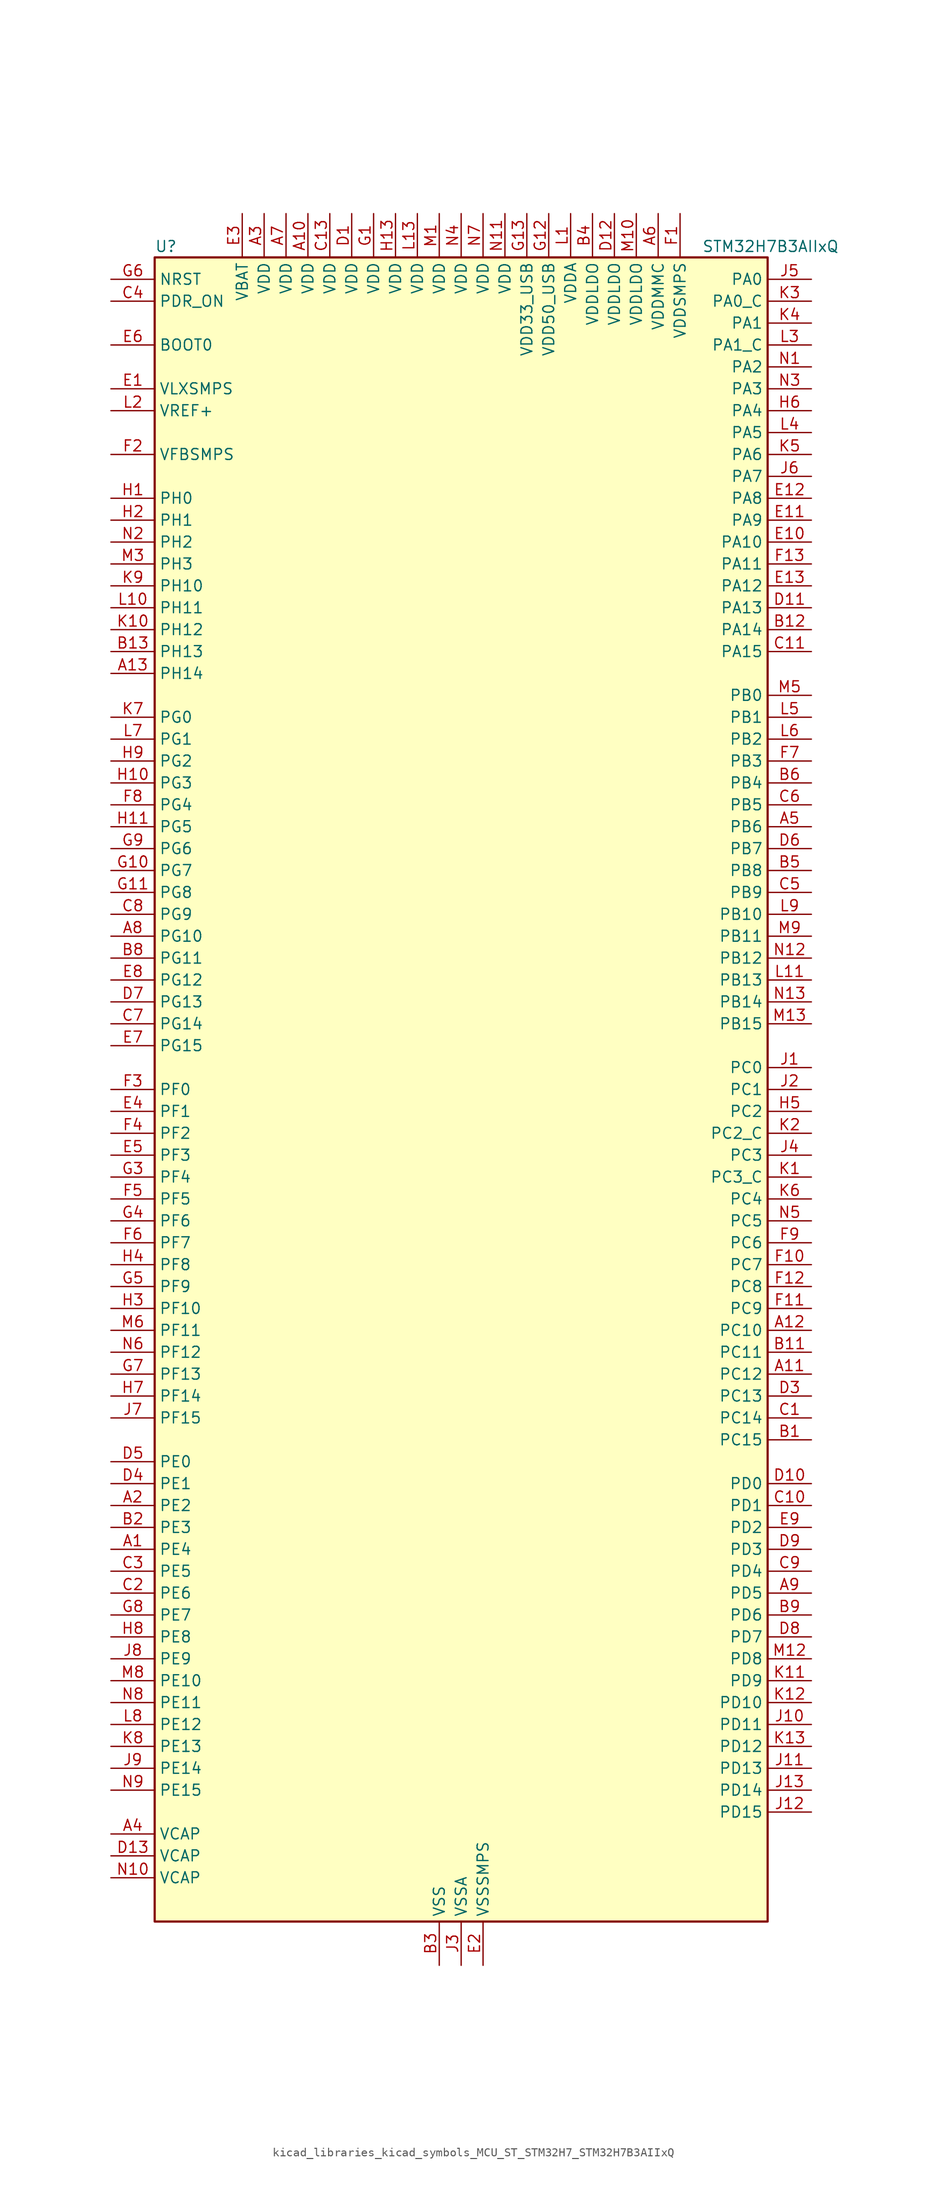
<source format=kicad_sym>
(kicad_symbol_lib
  (version 20220914)
  (generator kicad_symbol_editor)
  (symbol "kicad_libraries_kicad_symbols_MCU_ST_STM32H7_STM32H7B3AIIxQ"
    (property "Reference" "U"
      (at -35.56 97.79 0)
      (effects (font (size 1.27 1.27)) (justify left)))
    (property "Value" "STM32H7B3AIIxQ"
      (at 27.94 97.79 0)
      (effects (font (size 1.27 1.27)) (justify left)))
    (property "ki_locked" ""
      (at 0 0 0)
      (effects (font (size 1.27 1.27))))
    (symbol "kicad_libraries_kicad_symbols_MCU_ST_STM32H7_STM32H7B3AIIxQ_0_1"
      (rectangle (start -35.56 -96.52) (end 35.56 96.52) (stroke (width 0.254) (type default)) (fill (type background))))
    (symbol "kicad_libraries_kicad_symbols_MCU_ST_STM32H7_STM32H7B3AIIxQ_1_1"
      (pin bidirectional line (at -40.64 -53.34 0) (length 5.08) (name "PE4" (effects (font (size 1.27 1.27)))) (number "A1" (effects (font (size 1.27 1.27)))) (alternate "DCMI_D4" bidirectional line) (alternate "DEBUG_TRACED1" bidirectional line) (alternate "DFSDM1_DATIN3" bidirectional line) (alternate "FMC_A20" bidirectional line) (alternate "LTDC_B0" bidirectional line) (alternate "PSSI_D4" bidirectional line) (alternate "SAI1_D2" bidirectional line) (alternate "SAI1_FS_A" bidirectional line) (alternate "SPI4_NSS" bidirectional line) (alternate "TIM15_CH1N" bidirectional line))
      (pin power_in line (at -17.78 101.6 270) (length 5.08) (name "VDD" (effects (font (size 1.27 1.27)))) (number "A10" (effects (font (size 1.27 1.27)))))
      (pin bidirectional line (at 40.64 -33.02 180) (length 5.08) (name "PC12" (effects (font (size 1.27 1.27)))) (number "A11" (effects (font (size 1.27 1.27)))) (alternate "DCMI_D9" bidirectional line) (alternate "DEBUG_TRACED3" bidirectional line) (alternate "DFSDM2_CKOUT" bidirectional line) (alternate "I2S3_SDO" bidirectional line) (alternate "I2S6_CK" bidirectional line) (alternate "LTDC_R6" bidirectional line) (alternate "PSSI_D9" bidirectional line) (alternate "SDMMC1_CK" bidirectional line) (alternate "SPI3_MOSI" bidirectional line) (alternate "SPI6_SCK" bidirectional line) (alternate "TIM15_CH1" bidirectional line) (alternate "UART5_TX" bidirectional line) (alternate "USART3_CK" bidirectional line))
      (pin bidirectional line (at 40.64 -27.94 180) (length 5.08) (name "PC10" (effects (font (size 1.27 1.27)))) (number "A12" (effects (font (size 1.27 1.27)))) (alternate "DCMI_D8" bidirectional line) (alternate "DFSDM1_CKIN5" bidirectional line) (alternate "DFSDM2_CKIN0" bidirectional line) (alternate "I2S3_CK" bidirectional line) (alternate "LTDC_B1" bidirectional line) (alternate "LTDC_R2" bidirectional line) (alternate "OCTOSPIM_P1_IO1" bidirectional line) (alternate "PSSI_D8" bidirectional line) (alternate "SDMMC1_D2" bidirectional line) (alternate "SPI3_SCK" bidirectional line) (alternate "SWPMI1_RX" bidirectional line) (alternate "UART4_TX" bidirectional line) (alternate "USART3_TX" bidirectional line))
      (pin bidirectional line (at -40.64 48.26 0) (length 5.08) (name "PH14" (effects (font (size 1.27 1.27)))) (number "A13" (effects (font (size 1.27 1.27)))) (alternate "DCMI_D4" bidirectional line) (alternate "FDCAN1_RX" bidirectional line) (alternate "FMC_D22" bidirectional line) (alternate "LTDC_G3" bidirectional line) (alternate "PSSI_D4" bidirectional line) (alternate "TIM8_CH2N" bidirectional line) (alternate "UART4_RX" bidirectional line))
      (pin bidirectional line (at -40.64 -48.26 0) (length 5.08) (name "PE2" (effects (font (size 1.27 1.27)))) (number "A2" (effects (font (size 1.27 1.27)))) (alternate "DEBUG_TRACECLK" bidirectional line) (alternate "FMC_A23" bidirectional line) (alternate "OCTOSPIM_P1_IO2" bidirectional line) (alternate "SAI1_CK1" bidirectional line) (alternate "SAI1_MCLK_A" bidirectional line) (alternate "SPI4_SCK" bidirectional line) (alternate "USART10_RX" bidirectional line))
      (pin power_in line (at -22.86 101.6 270) (length 5.08) (name "VDD" (effects (font (size 1.27 1.27)))) (number "A3" (effects (font (size 1.27 1.27)))))
      (pin power_out line (at -40.64 -86.36 0) (length 5.08) (name "VCAP" (effects (font (size 1.27 1.27)))) (number "A4" (effects (font (size 1.27 1.27)))))
      (pin bidirectional line (at 40.64 30.48 180) (length 5.08) (name "PB6" (effects (font (size 1.27 1.27)))) (number "A5" (effects (font (size 1.27 1.27)))) (alternate "CEC" bidirectional line) (alternate "DCMI_D5" bidirectional line) (alternate "DFSDM1_DATIN5" bidirectional line) (alternate "FDCAN2_TX" bidirectional line) (alternate "FMC_SDNE1" bidirectional line) (alternate "I2C1_SCL" bidirectional line) (alternate "I2C4_SCL" bidirectional line) (alternate "LPUART1_TX" bidirectional line) (alternate "OCTOSPIM_P1_NCS" bidirectional line) (alternate "PSSI_D5" bidirectional line) (alternate "TIM16_CH1N" bidirectional line) (alternate "TIM4_CH1" bidirectional line) (alternate "UART5_TX" bidirectional line) (alternate "USART1_TX" bidirectional line))
      (pin power_in line (at 22.86 101.6 270) (length 5.08) (name "VDDMMC" (effects (font (size 1.27 1.27)))) (number "A6" (effects (font (size 1.27 1.27)))))
      (pin power_in line (at -20.32 101.6 270) (length 5.08) (name "VDD" (effects (font (size 1.27 1.27)))) (number "A7" (effects (font (size 1.27 1.27)))))
      (pin bidirectional line (at -40.64 17.78 0) (length 5.08) (name "PG10" (effects (font (size 1.27 1.27)))) (number "A8" (effects (font (size 1.27 1.27)))) (alternate "DCMI_D2" bidirectional line) (alternate "FMC_NE3" bidirectional line) (alternate "I2S1_WS" bidirectional line) (alternate "LTDC_B2" bidirectional line) (alternate "LTDC_G3" bidirectional line) (alternate "OCTOSPIM_P2_IO6" bidirectional line) (alternate "PSSI_D2" bidirectional line) (alternate "SAI2_SD_B" bidirectional line) (alternate "SDMMC2_D1" bidirectional line) (alternate "SPI1_NSS" bidirectional line))
      (pin bidirectional line (at 40.64 -58.42 180) (length 5.08) (name "PD5" (effects (font (size 1.27 1.27)))) (number "A9" (effects (font (size 1.27 1.27)))) (alternate "FMC_NWE" bidirectional line) (alternate "OCTOSPIM_P1_IO5" bidirectional line) (alternate "USART2_TX" bidirectional line))
      (pin bidirectional line (at 40.64 -40.64 180) (length 5.08) (name "PC15" (effects (font (size 1.27 1.27)))) (number "B1" (effects (font (size 1.27 1.27)))) (alternate "ADC1_EXTI15" bidirectional line) (alternate "ADC2_EXTI15" bidirectional line) (alternate "RCC_OSC32_OUT" bidirectional line))
      (pin passive line (at -2.54 -101.6 90) (length 5.08) hide (name "VSS" (effects (font (size 1.27 1.27)))) (number "B10" (effects (font (size 1.27 1.27)))))
      (pin bidirectional line (at 40.64 -30.48 180) (length 5.08) (name "PC11" (effects (font (size 1.27 1.27)))) (number "B11" (effects (font (size 1.27 1.27)))) (alternate "ADC1_EXTI11" bidirectional line) (alternate "ADC2_EXTI11" bidirectional line) (alternate "DCMI_D4" bidirectional line) (alternate "DFSDM1_DATIN5" bidirectional line) (alternate "DFSDM2_DATIN0" bidirectional line) (alternate "I2S3_SDI" bidirectional line) (alternate "LTDC_B4" bidirectional line) (alternate "OCTOSPIM_P1_NCS" bidirectional line) (alternate "PSSI_D4" bidirectional line) (alternate "SDMMC1_D3" bidirectional line) (alternate "SPI3_MISO" bidirectional line) (alternate "UART4_RX" bidirectional line) (alternate "USART3_RX" bidirectional line))
      (pin bidirectional line (at 40.64 53.34 180) (length 5.08) (name "PA14" (effects (font (size 1.27 1.27)))) (number "B12" (effects (font (size 1.27 1.27)))) (alternate "DEBUG_JTCK-SWCLK" bidirectional line))
      (pin bidirectional line (at -40.64 50.8 0) (length 5.08) (name "PH13" (effects (font (size 1.27 1.27)))) (number "B13" (effects (font (size 1.27 1.27)))) (alternate "FDCAN1_TX" bidirectional line) (alternate "FMC_D21" bidirectional line) (alternate "LTDC_G2" bidirectional line) (alternate "TIM8_CH1N" bidirectional line) (alternate "UART4_TX" bidirectional line))
      (pin bidirectional line (at -40.64 -50.8 0) (length 5.08) (name "PE3" (effects (font (size 1.27 1.27)))) (number "B2" (effects (font (size 1.27 1.27)))) (alternate "DEBUG_TRACED0" bidirectional line) (alternate "FMC_A19" bidirectional line) (alternate "SAI1_SD_B" bidirectional line) (alternate "TIM15_BKIN" bidirectional line) (alternate "USART10_TX" bidirectional line))
      (pin power_in line (at -2.54 -101.6 90) (length 5.08) (name "VSS" (effects (font (size 1.27 1.27)))) (number "B3" (effects (font (size 1.27 1.27)))))
      (pin power_in line (at 15.24 101.6 270) (length 5.08) (name "VDDLDO" (effects (font (size 1.27 1.27)))) (number "B4" (effects (font (size 1.27 1.27)))))
      (pin bidirectional line (at 40.64 25.4 180) (length 5.08) (name "PB8" (effects (font (size 1.27 1.27)))) (number "B5" (effects (font (size 1.27 1.27)))) (alternate "DCMI_D6" bidirectional line) (alternate "DFSDM1_CKIN7" bidirectional line) (alternate "FDCAN1_RX" bidirectional line) (alternate "I2C1_SCL" bidirectional line) (alternate "I2C4_SCL" bidirectional line) (alternate "LTDC_B6" bidirectional line) (alternate "PSSI_D6" bidirectional line) (alternate "SDMMC1_CKIN" bidirectional line) (alternate "SDMMC1_D4" bidirectional line) (alternate "SDMMC2_D4" bidirectional line) (alternate "TIM16_CH1" bidirectional line) (alternate "TIM4_CH3" bidirectional line) (alternate "UART4_RX" bidirectional line))
      (pin bidirectional line (at 40.64 35.56 180) (length 5.08) (name "PB4" (effects (font (size 1.27 1.27)))) (number "B6" (effects (font (size 1.27 1.27)))) (alternate "DEBUG_JTRST" bidirectional line) (alternate "I2S1_SDI" bidirectional line) (alternate "I2S2_WS" bidirectional line) (alternate "I2S3_SDI" bidirectional line) (alternate "I2S6_SDI" bidirectional line) (alternate "SDMMC2_D3" bidirectional line) (alternate "SPI1_MISO" bidirectional line) (alternate "SPI2_NSS" bidirectional line) (alternate "SPI3_MISO" bidirectional line) (alternate "SPI6_MISO" bidirectional line) (alternate "TIM16_BKIN" bidirectional line) (alternate "TIM3_CH1" bidirectional line) (alternate "UART7_TX" bidirectional line))
      (pin passive line (at -2.54 -101.6 90) (length 5.08) hide (name "VSS" (effects (font (size 1.27 1.27)))) (number "B7" (effects (font (size 1.27 1.27)))))
      (pin bidirectional line (at -40.64 15.24 0) (length 5.08) (name "PG11" (effects (font (size 1.27 1.27)))) (number "B8" (effects (font (size 1.27 1.27)))) (alternate "ADC1_EXTI11" bidirectional line) (alternate "ADC2_EXTI11" bidirectional line) (alternate "DCMI_D3" bidirectional line) (alternate "I2S1_CK" bidirectional line) (alternate "LPTIM1_IN2" bidirectional line) (alternate "LTDC_B3" bidirectional line) (alternate "OCTOSPIM_P2_IO7" bidirectional line) (alternate "PSSI_D3" bidirectional line) (alternate "SDMMC2_D2" bidirectional line) (alternate "SPDIFRX_IN0" bidirectional line) (alternate "SPI1_SCK" bidirectional line) (alternate "USART10_RX" bidirectional line))
      (pin bidirectional line (at 40.64 -60.96 180) (length 5.08) (name "PD6" (effects (font (size 1.27 1.27)))) (number "B9" (effects (font (size 1.27 1.27)))) (alternate "DCMI_D10" bidirectional line) (alternate "DFSDM1_CKIN4" bidirectional line) (alternate "DFSDM1_DATIN1" bidirectional line) (alternate "FMC_NWAIT" bidirectional line) (alternate "I2S3_SDO" bidirectional line) (alternate "LTDC_B2" bidirectional line) (alternate "OCTOSPIM_P1_IO6" bidirectional line) (alternate "PSSI_D10" bidirectional line) (alternate "SAI1_D1" bidirectional line) (alternate "SAI1_SD_A" bidirectional line) (alternate "SDMMC2_CK" bidirectional line) (alternate "SPI3_MOSI" bidirectional line) (alternate "USART2_RX" bidirectional line))
      (pin bidirectional line (at 40.64 -38.1 180) (length 5.08) (name "PC14" (effects (font (size 1.27 1.27)))) (number "C1" (effects (font (size 1.27 1.27)))) (alternate "RCC_OSC32_IN" bidirectional line))
      (pin bidirectional line (at 40.64 -48.26 180) (length 5.08) (name "PD1" (effects (font (size 1.27 1.27)))) (number "C10" (effects (font (size 1.27 1.27)))) (alternate "DFSDM1_DATIN6" bidirectional line) (alternate "FDCAN1_TX" bidirectional line) (alternate "FMC_D3" bidirectional line) (alternate "FMC_DA3" bidirectional line) (alternate "UART4_TX" bidirectional line))
      (pin bidirectional line (at 40.64 50.8 180) (length 5.08) (name "PA15" (effects (font (size 1.27 1.27)))) (number "C11" (effects (font (size 1.27 1.27)))) (alternate "ADC1_EXTI15" bidirectional line) (alternate "ADC2_EXTI15" bidirectional line) (alternate "CEC" bidirectional line) (alternate "DEBUG_JTDI" bidirectional line) (alternate "I2S1_WS" bidirectional line) (alternate "I2S3_WS" bidirectional line) (alternate "I2S6_WS" bidirectional line) (alternate "LTDC_B6" bidirectional line) (alternate "LTDC_R3" bidirectional line) (alternate "SPI1_NSS" bidirectional line) (alternate "SPI3_NSS" bidirectional line) (alternate "SPI6_NSS" bidirectional line) (alternate "TIM2_CH1" bidirectional line) (alternate "TIM2_ETR" bidirectional line) (alternate "UART4_DE" bidirectional line) (alternate "UART4_RTS" bidirectional line) (alternate "UART7_TX" bidirectional line))
      (pin passive line (at -2.54 -101.6 90) (length 5.08) hide (name "VSS" (effects (font (size 1.27 1.27)))) (number "C12" (effects (font (size 1.27 1.27)))))
      (pin power_in line (at -15.24 101.6 270) (length 5.08) (name "VDD" (effects (font (size 1.27 1.27)))) (number "C13" (effects (font (size 1.27 1.27)))))
      (pin bidirectional line (at -40.64 -58.42 0) (length 5.08) (name "PE6" (effects (font (size 1.27 1.27)))) (number "C2" (effects (font (size 1.27 1.27)))) (alternate "DCMI_D7" bidirectional line) (alternate "DEBUG_TRACED3" bidirectional line) (alternate "FMC_A22" bidirectional line) (alternate "LTDC_G1" bidirectional line) (alternate "PSSI_D7" bidirectional line) (alternate "SAI1_D1" bidirectional line) (alternate "SAI1_SD_A" bidirectional line) (alternate "SAI2_MCLK_B" bidirectional line) (alternate "SPI4_MOSI" bidirectional line) (alternate "TIM15_CH2" bidirectional line) (alternate "TIM1_BKIN2" bidirectional line) (alternate "TIM1_BKIN2_COMP1" bidirectional line) (alternate "TIM1_BKIN2_COMP2" bidirectional line))
      (pin bidirectional line (at -40.64 -55.88 0) (length 5.08) (name "PE5" (effects (font (size 1.27 1.27)))) (number "C3" (effects (font (size 1.27 1.27)))) (alternate "DCMI_D6" bidirectional line) (alternate "DEBUG_TRACED2" bidirectional line) (alternate "DFSDM1_CKIN3" bidirectional line) (alternate "FMC_A21" bidirectional line) (alternate "LTDC_G0" bidirectional line) (alternate "PSSI_D6" bidirectional line) (alternate "SAI1_CK2" bidirectional line) (alternate "SAI1_SCK_A" bidirectional line) (alternate "SPI4_MISO" bidirectional line) (alternate "TIM15_CH1" bidirectional line))
      (pin input line (at -40.64 91.44 0) (length 5.08) (name "PDR_ON" (effects (font (size 1.27 1.27)))) (number "C4" (effects (font (size 1.27 1.27)))))
      (pin bidirectional line (at 40.64 22.86 180) (length 5.08) (name "PB9" (effects (font (size 1.27 1.27)))) (number "C5" (effects (font (size 1.27 1.27)))) (alternate "DAC1_EXTI9" bidirectional line) (alternate "DCMI_D7" bidirectional line) (alternate "DFSDM1_DATIN7" bidirectional line) (alternate "FDCAN1_TX" bidirectional line) (alternate "I2C1_SDA" bidirectional line) (alternate "I2C4_SDA" bidirectional line) (alternate "I2C4_SMBA" bidirectional line) (alternate "I2S2_WS" bidirectional line) (alternate "LTDC_B7" bidirectional line) (alternate "PSSI_D7" bidirectional line) (alternate "SDMMC1_CDIR" bidirectional line) (alternate "SDMMC1_D5" bidirectional line) (alternate "SDMMC2_D5" bidirectional line) (alternate "SPI2_NSS" bidirectional line) (alternate "TIM17_CH1" bidirectional line) (alternate "TIM4_CH4" bidirectional line) (alternate "UART4_TX" bidirectional line))
      (pin bidirectional line (at 40.64 33.02 180) (length 5.08) (name "PB5" (effects (font (size 1.27 1.27)))) (number "C6" (effects (font (size 1.27 1.27)))) (alternate "DCMI_D10" bidirectional line) (alternate "FDCAN2_RX" bidirectional line) (alternate "FMC_SDCKE1" bidirectional line) (alternate "I2C1_SMBA" bidirectional line) (alternate "I2C4_SMBA" bidirectional line) (alternate "I2S1_SDO" bidirectional line) (alternate "I2S3_SDO" bidirectional line) (alternate "I2S6_SDO" bidirectional line) (alternate "LTDC_B5" bidirectional line) (alternate "PSSI_D10" bidirectional line) (alternate "SPI1_MOSI" bidirectional line) (alternate "SPI3_MOSI" bidirectional line) (alternate "SPI6_MOSI" bidirectional line) (alternate "TIM17_BKIN" bidirectional line) (alternate "TIM3_CH2" bidirectional line) (alternate "UART5_RX" bidirectional line) (alternate "USB_OTG_HS_ULPI_D7" bidirectional line))
      (pin bidirectional line (at -40.64 7.62 0) (length 5.08) (name "PG14" (effects (font (size 1.27 1.27)))) (number "C7" (effects (font (size 1.27 1.27)))) (alternate "DEBUG_TRACED1" bidirectional line) (alternate "FMC_A25" bidirectional line) (alternate "I2S6_SDO" bidirectional line) (alternate "LPTIM1_ETR" bidirectional line) (alternate "LTDC_B0" bidirectional line) (alternate "OCTOSPIM_P1_IO7" bidirectional line) (alternate "SDMMC2_D7" bidirectional line) (alternate "SPI6_MOSI" bidirectional line) (alternate "USART10_DE" bidirectional line) (alternate "USART10_RTS" bidirectional line) (alternate "USART6_TX" bidirectional line))
      (pin bidirectional line (at -40.64 20.32 0) (length 5.08) (name "PG9" (effects (font (size 1.27 1.27)))) (number "C8" (effects (font (size 1.27 1.27)))) (alternate "DAC1_EXTI9" bidirectional line) (alternate "DCMI_VSYNC" bidirectional line) (alternate "FMC_NCE" bidirectional line) (alternate "FMC_NE2" bidirectional line) (alternate "I2S1_SDI" bidirectional line) (alternate "OCTOSPIM_P1_IO6" bidirectional line) (alternate "PSSI_RDY" bidirectional line) (alternate "SAI2_FS_B" bidirectional line) (alternate "SDMMC2_D0" bidirectional line) (alternate "SPDIFRX_IN3" bidirectional line) (alternate "SPI1_MISO" bidirectional line) (alternate "USART6_RX" bidirectional line))
      (pin bidirectional line (at 40.64 -55.88 180) (length 5.08) (name "PD4" (effects (font (size 1.27 1.27)))) (number "C9" (effects (font (size 1.27 1.27)))) (alternate "FMC_NOE" bidirectional line) (alternate "OCTOSPIM_P1_IO4" bidirectional line) (alternate "USART2_DE" bidirectional line) (alternate "USART2_RTS" bidirectional line))
      (pin power_in line (at -12.7 101.6 270) (length 5.08) (name "VDD" (effects (font (size 1.27 1.27)))) (number "D1" (effects (font (size 1.27 1.27)))))
      (pin bidirectional line (at 40.64 -45.72 180) (length 5.08) (name "PD0" (effects (font (size 1.27 1.27)))) (number "D10" (effects (font (size 1.27 1.27)))) (alternate "DFSDM1_CKIN6" bidirectional line) (alternate "FDCAN1_RX" bidirectional line) (alternate "FMC_D2" bidirectional line) (alternate "FMC_DA2" bidirectional line) (alternate "LTDC_B1" bidirectional line) (alternate "UART4_RX" bidirectional line) (alternate "UART9_CTS" bidirectional line))
      (pin bidirectional line (at 40.64 55.88 180) (length 5.08) (name "PA13" (effects (font (size 1.27 1.27)))) (number "D11" (effects (font (size 1.27 1.27)))) (alternate "DEBUG_JTMS-SWDIO" bidirectional line))
      (pin power_in line (at 17.78 101.6 270) (length 5.08) (name "VDDLDO" (effects (font (size 1.27 1.27)))) (number "D12" (effects (font (size 1.27 1.27)))))
      (pin power_out line (at -40.64 -88.9 0) (length 5.08) (name "VCAP" (effects (font (size 1.27 1.27)))) (number "D13" (effects (font (size 1.27 1.27)))))
      (pin passive line (at -2.54 -101.6 90) (length 5.08) hide (name "VSS" (effects (font (size 1.27 1.27)))) (number "D2" (effects (font (size 1.27 1.27)))))
      (pin bidirectional line (at 40.64 -35.56 180) (length 5.08) (name "PC13" (effects (font (size 1.27 1.27)))) (number "D3" (effects (font (size 1.27 1.27)))) (alternate "PWR_WKUP4" bidirectional line) (alternate "RTC_OUT_ALARM" bidirectional line) (alternate "RTC_OUT_CALIB" bidirectional line) (alternate "RTC_TAMP1" bidirectional line) (alternate "RTC_TS" bidirectional line))
      (pin bidirectional line (at -40.64 -45.72 0) (length 5.08) (name "PE1" (effects (font (size 1.27 1.27)))) (number "D4" (effects (font (size 1.27 1.27)))) (alternate "DCMI_D3" bidirectional line) (alternate "FMC_NBL1" bidirectional line) (alternate "LPTIM1_IN2" bidirectional line) (alternate "LTDC_R6" bidirectional line) (alternate "PSSI_D3" bidirectional line) (alternate "UART8_TX" bidirectional line))
      (pin bidirectional line (at -40.64 -43.18 0) (length 5.08) (name "PE0" (effects (font (size 1.27 1.27)))) (number "D5" (effects (font (size 1.27 1.27)))) (alternate "DCMI_D2" bidirectional line) (alternate "FMC_NBL0" bidirectional line) (alternate "LPTIM1_ETR" bidirectional line) (alternate "LPTIM2_ETR" bidirectional line) (alternate "LTDC_R0" bidirectional line) (alternate "PSSI_D2" bidirectional line) (alternate "SAI2_MCLK_A" bidirectional line) (alternate "TIM4_ETR" bidirectional line) (alternate "UART8_RX" bidirectional line))
      (pin bidirectional line (at 40.64 27.94 180) (length 5.08) (name "PB7" (effects (font (size 1.27 1.27)))) (number "D6" (effects (font (size 1.27 1.27)))) (alternate "DCMI_VSYNC" bidirectional line) (alternate "DFSDM1_CKIN5" bidirectional line) (alternate "FMC_NL" bidirectional line) (alternate "I2C1_SDA" bidirectional line) (alternate "I2C4_SDA" bidirectional line) (alternate "LPUART1_RX" bidirectional line) (alternate "PSSI_RDY" bidirectional line) (alternate "PWR_PVD_IN" bidirectional line) (alternate "TIM17_CH1N" bidirectional line) (alternate "TIM4_CH2" bidirectional line) (alternate "USART1_RX" bidirectional line))
      (pin bidirectional line (at -40.64 10.16 0) (length 5.08) (name "PG13" (effects (font (size 1.27 1.27)))) (number "D7" (effects (font (size 1.27 1.27)))) (alternate "DEBUG_TRACED0" bidirectional line) (alternate "FMC_A24" bidirectional line) (alternate "I2S6_CK" bidirectional line) (alternate "LPTIM1_OUT" bidirectional line) (alternate "LTDC_R0" bidirectional line) (alternate "SDMMC2_D6" bidirectional line) (alternate "SPI6_SCK" bidirectional line) (alternate "USART10_CTS" bidirectional line) (alternate "USART10_NSS" bidirectional line) (alternate "USART6_CTS" bidirectional line) (alternate "USART6_NSS" bidirectional line))
      (pin bidirectional line (at 40.64 -63.5 180) (length 5.08) (name "PD7" (effects (font (size 1.27 1.27)))) (number "D8" (effects (font (size 1.27 1.27)))) (alternate "DFSDM1_CKIN1" bidirectional line) (alternate "DFSDM1_DATIN4" bidirectional line) (alternate "FMC_NE1" bidirectional line) (alternate "I2S1_SDO" bidirectional line) (alternate "OCTOSPIM_P1_IO7" bidirectional line) (alternate "SDMMC2_CMD" bidirectional line) (alternate "SPDIFRX_IN0" bidirectional line) (alternate "SPI1_MOSI" bidirectional line) (alternate "USART2_CK" bidirectional line))
      (pin bidirectional line (at 40.64 -53.34 180) (length 5.08) (name "PD3" (effects (font (size 1.27 1.27)))) (number "D9" (effects (font (size 1.27 1.27)))) (alternate "DCMI_D5" bidirectional line) (alternate "DFSDM1_CKOUT" bidirectional line) (alternate "FMC_CLK" bidirectional line) (alternate "I2S2_CK" bidirectional line) (alternate "LTDC_G7" bidirectional line) (alternate "PSSI_D5" bidirectional line) (alternate "SPI2_SCK" bidirectional line) (alternate "USART2_CTS" bidirectional line) (alternate "USART2_NSS" bidirectional line))
      (pin power_in line (at -40.64 81.28 0) (length 5.08) (name "VLXSMPS" (effects (font (size 1.27 1.27)))) (number "E1" (effects (font (size 1.27 1.27)))))
      (pin bidirectional line (at 40.64 63.5 180) (length 5.08) (name "PA10" (effects (font (size 1.27 1.27)))) (number "E10" (effects (font (size 1.27 1.27)))) (alternate "DCMI_D1" bidirectional line) (alternate "LPUART1_RX" bidirectional line) (alternate "LTDC_B1" bidirectional line) (alternate "LTDC_B4" bidirectional line) (alternate "MDIOS_MDIO" bidirectional line) (alternate "PSSI_D1" bidirectional line) (alternate "TIM1_CH3" bidirectional line) (alternate "USART1_RX" bidirectional line) (alternate "USB_OTG_HS_ID" bidirectional line))
      (pin bidirectional line (at 40.64 66.04 180) (length 5.08) (name "PA9" (effects (font (size 1.27 1.27)))) (number "E11" (effects (font (size 1.27 1.27)))) (alternate "DAC1_EXTI9" bidirectional line) (alternate "DCMI_D0" bidirectional line) (alternate "I2C3_SMBA" bidirectional line) (alternate "I2S2_CK" bidirectional line) (alternate "LPUART1_TX" bidirectional line) (alternate "LTDC_R5" bidirectional line) (alternate "PSSI_D0" bidirectional line) (alternate "SPI2_SCK" bidirectional line) (alternate "TIM1_CH2" bidirectional line) (alternate "USART1_TX" bidirectional line) (alternate "USB_OTG_HS_VBUS" bidirectional line))
      (pin bidirectional line (at 40.64 68.58 180) (length 5.08) (name "PA8" (effects (font (size 1.27 1.27)))) (number "E12" (effects (font (size 1.27 1.27)))) (alternate "I2C3_SCL" bidirectional line) (alternate "LTDC_B3" bidirectional line) (alternate "LTDC_R6" bidirectional line) (alternate "RCC_MCO_1" bidirectional line) (alternate "TIM1_CH1" bidirectional line) (alternate "TIM8_BKIN2" bidirectional line) (alternate "TIM8_BKIN2_COMP1" bidirectional line) (alternate "TIM8_BKIN2_COMP2" bidirectional line) (alternate "UART7_RX" bidirectional line) (alternate "USART1_CK" bidirectional line) (alternate "USB_OTG_HS_SOF" bidirectional line))
      (pin bidirectional line (at 40.64 58.42 180) (length 5.08) (name "PA12" (effects (font (size 1.27 1.27)))) (number "E13" (effects (font (size 1.27 1.27)))) (alternate "FDCAN1_TX" bidirectional line) (alternate "I2S2_CK" bidirectional line) (alternate "LPUART1_DE" bidirectional line) (alternate "LPUART1_RTS" bidirectional line) (alternate "LTDC_R5" bidirectional line) (alternate "SAI2_FS_B" bidirectional line) (alternate "SPI2_SCK" bidirectional line) (alternate "TIM1_ETR" bidirectional line) (alternate "UART4_TX" bidirectional line) (alternate "USART1_DE" bidirectional line) (alternate "USART1_RTS" bidirectional line) (alternate "USB_OTG_HS_DP" bidirectional line))
      (pin power_in line (at 2.54 -101.6 90) (length 5.08) (name "VSSSMPS" (effects (font (size 1.27 1.27)))) (number "E2" (effects (font (size 1.27 1.27)))))
      (pin power_in line (at -25.4 101.6 270) (length 5.08) (name "VBAT" (effects (font (size 1.27 1.27)))) (number "E3" (effects (font (size 1.27 1.27)))))
      (pin bidirectional line (at -40.64 -2.54 0) (length 5.08) (name "PF1" (effects (font (size 1.27 1.27)))) (number "E4" (effects (font (size 1.27 1.27)))) (alternate "FMC_A1" bidirectional line) (alternate "I2C2_SCL" bidirectional line) (alternate "OCTOSPIM_P2_IO1" bidirectional line))
      (pin bidirectional line (at -40.64 -7.62 0) (length 5.08) (name "PF3" (effects (font (size 1.27 1.27)))) (number "E5" (effects (font (size 1.27 1.27)))) (alternate "FMC_A3" bidirectional line) (alternate "OCTOSPIM_P2_IO3" bidirectional line))
      (pin input line (at -40.64 86.36 0) (length 5.08) (name "BOOT0" (effects (font (size 1.27 1.27)))) (number "E6" (effects (font (size 1.27 1.27)))))
      (pin bidirectional line (at -40.64 5.08 0) (length 5.08) (name "PG15" (effects (font (size 1.27 1.27)))) (number "E7" (effects (font (size 1.27 1.27)))) (alternate "ADC1_EXTI15" bidirectional line) (alternate "ADC2_EXTI15" bidirectional line) (alternate "DCMI_D13" bidirectional line) (alternate "FMC_SDNCAS" bidirectional line) (alternate "OCTOSPIM_P2_DQS" bidirectional line) (alternate "PSSI_D13" bidirectional line) (alternate "USART10_CK" bidirectional line) (alternate "USART6_CTS" bidirectional line) (alternate "USART6_NSS" bidirectional line))
      (pin bidirectional line (at -40.64 12.7 0) (length 5.08) (name "PG12" (effects (font (size 1.27 1.27)))) (number "E8" (effects (font (size 1.27 1.27)))) (alternate "FMC_NE4" bidirectional line) (alternate "I2S6_SDI" bidirectional line) (alternate "LPTIM1_IN1" bidirectional line) (alternate "LTDC_B1" bidirectional line) (alternate "LTDC_B4" bidirectional line) (alternate "OCTOSPIM_P2_NCS" bidirectional line) (alternate "SDMMC2_D3" bidirectional line) (alternate "SPDIFRX_IN1" bidirectional line) (alternate "SPI6_MISO" bidirectional line) (alternate "USART10_TX" bidirectional line) (alternate "USART6_DE" bidirectional line) (alternate "USART6_RTS" bidirectional line))
      (pin bidirectional line (at 40.64 -50.8 180) (length 5.08) (name "PD2" (effects (font (size 1.27 1.27)))) (number "E9" (effects (font (size 1.27 1.27)))) (alternate "DCMI_D11" bidirectional line) (alternate "DEBUG_TRACED2" bidirectional line) (alternate "LTDC_B2" bidirectional line) (alternate "LTDC_B7" bidirectional line) (alternate "PSSI_D11" bidirectional line) (alternate "SDMMC1_CMD" bidirectional line) (alternate "TIM15_BKIN" bidirectional line) (alternate "TIM3_ETR" bidirectional line) (alternate "UART5_RX" bidirectional line))
      (pin power_in line (at 25.4 101.6 270) (length 5.08) (name "VDDSMPS" (effects (font (size 1.27 1.27)))) (number "F1" (effects (font (size 1.27 1.27)))))
      (pin bidirectional line (at 40.64 -20.32 180) (length 5.08) (name "PC7" (effects (font (size 1.27 1.27)))) (number "F10" (effects (font (size 1.27 1.27)))) (alternate "DCMI_D1" bidirectional line) (alternate "DEBUG_TRGIO" bidirectional line) (alternate "DFSDM1_DATIN3" bidirectional line) (alternate "FMC_NE1" bidirectional line) (alternate "I2S3_MCK" bidirectional line) (alternate "LTDC_G6" bidirectional line) (alternate "PSSI_D1" bidirectional line) (alternate "SDMMC1_D123DIR" bidirectional line) (alternate "SDMMC1_D7" bidirectional line) (alternate "SDMMC2_D7" bidirectional line) (alternate "SWPMI1_TX" bidirectional line) (alternate "TIM3_CH2" bidirectional line) (alternate "TIM8_CH2" bidirectional line) (alternate "USART6_RX" bidirectional line))
      (pin bidirectional line (at 40.64 -25.4 180) (length 5.08) (name "PC9" (effects (font (size 1.27 1.27)))) (number "F11" (effects (font (size 1.27 1.27)))) (alternate "DAC1_EXTI9" bidirectional line) (alternate "DCMI_D3" bidirectional line) (alternate "I2C3_SDA" bidirectional line) (alternate "I2S_CKIN" bidirectional line) (alternate "LTDC_B2" bidirectional line) (alternate "LTDC_G3" bidirectional line) (alternate "OCTOSPIM_P1_IO0" bidirectional line) (alternate "PSSI_D3" bidirectional line) (alternate "RCC_MCO_2" bidirectional line) (alternate "SDMMC1_D1" bidirectional line) (alternate "SWPMI1_SUSPEND" bidirectional line) (alternate "TIM3_CH4" bidirectional line) (alternate "TIM8_CH4" bidirectional line) (alternate "UART5_CTS" bidirectional line))
      (pin bidirectional line (at 40.64 -22.86 180) (length 5.08) (name "PC8" (effects (font (size 1.27 1.27)))) (number "F12" (effects (font (size 1.27 1.27)))) (alternate "DCMI_D2" bidirectional line) (alternate "DEBUG_TRACED1" bidirectional line) (alternate "FMC_INT" bidirectional line) (alternate "FMC_NCE" bidirectional line) (alternate "FMC_NE2" bidirectional line) (alternate "PSSI_D2" bidirectional line) (alternate "SDMMC1_D0" bidirectional line) (alternate "SWPMI1_RX" bidirectional line) (alternate "TIM3_CH3" bidirectional line) (alternate "TIM8_CH3" bidirectional line) (alternate "UART5_DE" bidirectional line) (alternate "UART5_RTS" bidirectional line) (alternate "USART6_CK" bidirectional line))
      (pin bidirectional line (at 40.64 60.96 180) (length 5.08) (name "PA11" (effects (font (size 1.27 1.27)))) (number "F13" (effects (font (size 1.27 1.27)))) (alternate "ADC1_EXTI11" bidirectional line) (alternate "ADC2_EXTI11" bidirectional line) (alternate "FDCAN1_RX" bidirectional line) (alternate "I2S2_WS" bidirectional line) (alternate "LPUART1_CTS" bidirectional line) (alternate "LTDC_R4" bidirectional line) (alternate "SPI2_NSS" bidirectional line) (alternate "TIM1_CH4" bidirectional line) (alternate "UART4_RX" bidirectional line) (alternate "USART1_CTS" bidirectional line) (alternate "USART1_NSS" bidirectional line) (alternate "USB_OTG_HS_DM" bidirectional line))
      (pin input line (at -40.64 73.66 0) (length 5.08) (name "VFBSMPS" (effects (font (size 1.27 1.27)))) (number "F2" (effects (font (size 1.27 1.27)))))
      (pin bidirectional line (at -40.64 0 0) (length 5.08) (name "PF0" (effects (font (size 1.27 1.27)))) (number "F3" (effects (font (size 1.27 1.27)))) (alternate "FMC_A0" bidirectional line) (alternate "I2C2_SDA" bidirectional line) (alternate "OCTOSPIM_P2_IO0" bidirectional line))
      (pin bidirectional line (at -40.64 -5.08 0) (length 5.08) (name "PF2" (effects (font (size 1.27 1.27)))) (number "F4" (effects (font (size 1.27 1.27)))) (alternate "FMC_A2" bidirectional line) (alternate "I2C2_SMBA" bidirectional line) (alternate "OCTOSPIM_P2_IO2" bidirectional line))
      (pin bidirectional line (at -40.64 -12.7 0) (length 5.08) (name "PF5" (effects (font (size 1.27 1.27)))) (number "F5" (effects (font (size 1.27 1.27)))) (alternate "FMC_A5" bidirectional line) (alternate "OCTOSPIM_P2_NCLK" bidirectional line))
      (pin bidirectional line (at -40.64 -17.78 0) (length 5.08) (name "PF7" (effects (font (size 1.27 1.27)))) (number "F6" (effects (font (size 1.27 1.27)))) (alternate "OCTOSPIM_P1_IO2" bidirectional line) (alternate "SAI1_MCLK_B" bidirectional line) (alternate "SPI5_SCK" bidirectional line) (alternate "TIM17_CH1" bidirectional line) (alternate "UART7_TX" bidirectional line))
      (pin bidirectional line (at 40.64 38.1 180) (length 5.08) (name "PB3" (effects (font (size 1.27 1.27)))) (number "F7" (effects (font (size 1.27 1.27)))) (alternate "CRS_SYNC" bidirectional line) (alternate "DEBUG_JTDO-SWO" bidirectional line) (alternate "I2S1_CK" bidirectional line) (alternate "I2S3_CK" bidirectional line) (alternate "I2S6_CK" bidirectional line) (alternate "SDMMC2_D2" bidirectional line) (alternate "SPI1_SCK" bidirectional line) (alternate "SPI3_SCK" bidirectional line) (alternate "SPI6_SCK" bidirectional line) (alternate "TIM2_CH2" bidirectional line) (alternate "UART7_RX" bidirectional line))
      (pin bidirectional line (at -40.64 33.02 0) (length 5.08) (name "PG4" (effects (font (size 1.27 1.27)))) (number "F8" (effects (font (size 1.27 1.27)))) (alternate "FMC_A14" bidirectional line) (alternate "FMC_BA0" bidirectional line) (alternate "TIM1_BKIN2" bidirectional line) (alternate "TIM1_BKIN2_COMP1" bidirectional line) (alternate "TIM1_BKIN2_COMP2" bidirectional line))
      (pin bidirectional line (at 40.64 -17.78 180) (length 5.08) (name "PC6" (effects (font (size 1.27 1.27)))) (number "F9" (effects (font (size 1.27 1.27)))) (alternate "DCMI_D0" bidirectional line) (alternate "DFSDM1_CKIN3" bidirectional line) (alternate "FMC_NWAIT" bidirectional line) (alternate "I2S2_MCK" bidirectional line) (alternate "LTDC_HSYNC" bidirectional line) (alternate "PSSI_D0" bidirectional line) (alternate "SDMMC1_D0DIR" bidirectional line) (alternate "SDMMC1_D6" bidirectional line) (alternate "SDMMC2_D6" bidirectional line) (alternate "SWPMI1_IO" bidirectional line) (alternate "TIM3_CH1" bidirectional line) (alternate "TIM8_CH1" bidirectional line) (alternate "USART6_TX" bidirectional line))
      (pin power_in line (at -10.16 101.6 270) (length 5.08) (name "VDD" (effects (font (size 1.27 1.27)))) (number "G1" (effects (font (size 1.27 1.27)))))
      (pin bidirectional line (at -40.64 25.4 0) (length 5.08) (name "PG7" (effects (font (size 1.27 1.27)))) (number "G10" (effects (font (size 1.27 1.27)))) (alternate "DCMI_D13" bidirectional line) (alternate "FMC_INT" bidirectional line) (alternate "LTDC_CLK" bidirectional line) (alternate "OCTOSPIM_P2_DQS" bidirectional line) (alternate "PSSI_D13" bidirectional line) (alternate "SAI1_MCLK_A" bidirectional line) (alternate "USART6_CK" bidirectional line))
      (pin bidirectional line (at -40.64 22.86 0) (length 5.08) (name "PG8" (effects (font (size 1.27 1.27)))) (number "G11" (effects (font (size 1.27 1.27)))) (alternate "FMC_SDCLK" bidirectional line) (alternate "I2S6_WS" bidirectional line) (alternate "LTDC_G7" bidirectional line) (alternate "SPDIFRX_IN2" bidirectional line) (alternate "SPI6_NSS" bidirectional line) (alternate "TIM8_ETR" bidirectional line) (alternate "USART6_DE" bidirectional line) (alternate "USART6_RTS" bidirectional line))
      (pin power_in line (at 10.16 101.6 270) (length 5.08) (name "VDD50_USB" (effects (font (size 1.27 1.27)))) (number "G12" (effects (font (size 1.27 1.27)))))
      (pin power_in line (at 7.62 101.6 270) (length 5.08) (name "VDD33_USB" (effects (font (size 1.27 1.27)))) (number "G13" (effects (font (size 1.27 1.27)))))
      (pin passive line (at -2.54 -101.6 90) (length 5.08) hide (name "VSS" (effects (font (size 1.27 1.27)))) (number "G2" (effects (font (size 1.27 1.27)))))
      (pin bidirectional line (at -40.64 -10.16 0) (length 5.08) (name "PF4" (effects (font (size 1.27 1.27)))) (number "G3" (effects (font (size 1.27 1.27)))) (alternate "FMC_A4" bidirectional line) (alternate "OCTOSPIM_P2_CLK" bidirectional line))
      (pin bidirectional line (at -40.64 -15.24 0) (length 5.08) (name "PF6" (effects (font (size 1.27 1.27)))) (number "G4" (effects (font (size 1.27 1.27)))) (alternate "OCTOSPIM_P1_IO3" bidirectional line) (alternate "SAI1_SD_B" bidirectional line) (alternate "SPI5_NSS" bidirectional line) (alternate "TIM16_CH1" bidirectional line) (alternate "UART7_RX" bidirectional line))
      (pin bidirectional line (at -40.64 -22.86 0) (length 5.08) (name "PF9" (effects (font (size 1.27 1.27)))) (number "G5" (effects (font (size 1.27 1.27)))) (alternate "DAC1_EXTI9" bidirectional line) (alternate "OCTOSPIM_P1_IO1" bidirectional line) (alternate "SAI1_FS_B" bidirectional line) (alternate "SPI5_MOSI" bidirectional line) (alternate "TIM14_CH1" bidirectional line) (alternate "TIM17_CH1N" bidirectional line) (alternate "UART7_CTS" bidirectional line))
      (pin input line (at -40.64 93.98 0) (length 5.08) (name "NRST" (effects (font (size 1.27 1.27)))) (number "G6" (effects (font (size 1.27 1.27)))))
      (pin bidirectional line (at -40.64 -33.02 0) (length 5.08) (name "PF13" (effects (font (size 1.27 1.27)))) (number "G7" (effects (font (size 1.27 1.27)))) (alternate "ADC2_INP2" bidirectional line) (alternate "DFSDM1_DATIN6" bidirectional line) (alternate "FMC_A7" bidirectional line) (alternate "I2C4_SMBA" bidirectional line))
      (pin bidirectional line (at -40.64 -60.96 0) (length 5.08) (name "PE7" (effects (font (size 1.27 1.27)))) (number "G8" (effects (font (size 1.27 1.27)))) (alternate "COMP2_INM" bidirectional line) (alternate "DFSDM1_DATIN2" bidirectional line) (alternate "FMC_D4" bidirectional line) (alternate "FMC_DA4" bidirectional line) (alternate "OCTOSPIM_P1_IO4" bidirectional line) (alternate "OPAMP2_VOUT" bidirectional line) (alternate "TIM1_ETR" bidirectional line) (alternate "UART7_RX" bidirectional line))
      (pin bidirectional line (at -40.64 27.94 0) (length 5.08) (name "PG6" (effects (font (size 1.27 1.27)))) (number "G9" (effects (font (size 1.27 1.27)))) (alternate "DCMI_D12" bidirectional line) (alternate "FMC_NE3" bidirectional line) (alternate "LTDC_R7" bidirectional line) (alternate "OCTOSPIM_P1_NCS" bidirectional line) (alternate "PSSI_D12" bidirectional line) (alternate "TIM17_BKIN" bidirectional line))
      (pin bidirectional line (at -40.64 68.58 0) (length 5.08) (name "PH0" (effects (font (size 1.27 1.27)))) (number "H1" (effects (font (size 1.27 1.27)))) (alternate "RCC_OSC_IN" bidirectional line))
      (pin bidirectional line (at -40.64 35.56 0) (length 5.08) (name "PG3" (effects (font (size 1.27 1.27)))) (number "H10" (effects (font (size 1.27 1.27)))) (alternate "FMC_A13" bidirectional line) (alternate "TIM8_BKIN2" bidirectional line) (alternate "TIM8_BKIN2_COMP1" bidirectional line) (alternate "TIM8_BKIN2_COMP2" bidirectional line))
      (pin bidirectional line (at -40.64 30.48 0) (length 5.08) (name "PG5" (effects (font (size 1.27 1.27)))) (number "H11" (effects (font (size 1.27 1.27)))) (alternate "FMC_A15" bidirectional line) (alternate "FMC_BA1" bidirectional line) (alternate "TIM1_ETR" bidirectional line))
      (pin passive line (at -2.54 -101.6 90) (length 5.08) hide (name "VSS" (effects (font (size 1.27 1.27)))) (number "H12" (effects (font (size 1.27 1.27)))))
      (pin power_in line (at -7.62 101.6 270) (length 5.08) (name "VDD" (effects (font (size 1.27 1.27)))) (number "H13" (effects (font (size 1.27 1.27)))))
      (pin bidirectional line (at -40.64 66.04 0) (length 5.08) (name "PH1" (effects (font (size 1.27 1.27)))) (number "H2" (effects (font (size 1.27 1.27)))) (alternate "RCC_OSC_OUT" bidirectional line))
      (pin bidirectional line (at -40.64 -25.4 0) (length 5.08) (name "PF10" (effects (font (size 1.27 1.27)))) (number "H3" (effects (font (size 1.27 1.27)))) (alternate "DCMI_D11" bidirectional line) (alternate "LTDC_DE" bidirectional line) (alternate "OCTOSPIM_P1_CLK" bidirectional line) (alternate "PSSI_D11" bidirectional line) (alternate "PSSI_D15" bidirectional line) (alternate "SAI1_D3" bidirectional line) (alternate "TIM16_BKIN" bidirectional line))
      (pin bidirectional line (at -40.64 -20.32 0) (length 5.08) (name "PF8" (effects (font (size 1.27 1.27)))) (number "H4" (effects (font (size 1.27 1.27)))) (alternate "OCTOSPIM_P1_IO0" bidirectional line) (alternate "SAI1_SCK_B" bidirectional line) (alternate "SPI5_MISO" bidirectional line) (alternate "TIM13_CH1" bidirectional line) (alternate "TIM16_CH1N" bidirectional line) (alternate "UART7_DE" bidirectional line) (alternate "UART7_RTS" bidirectional line))
      (pin bidirectional line (at 40.64 -2.54 180) (length 5.08) (name "PC2" (effects (font (size 1.27 1.27)))) (number "H5" (effects (font (size 1.27 1.27)))) (alternate "ADC1_INN11" bidirectional line) (alternate "ADC1_INP12" bidirectional line) (alternate "ADC2_INN11" bidirectional line) (alternate "ADC2_INP12" bidirectional line) (alternate "DFSDM1_CKIN1" bidirectional line) (alternate "DFSDM1_CKOUT" bidirectional line) (alternate "FMC_SDNE0" bidirectional line) (alternate "I2S2_SDI" bidirectional line) (alternate "OCTOSPIM_P1_IO2" bidirectional line) (alternate "OCTOSPIM_P1_IO5" bidirectional line) (alternate "PWR_CSTOP" bidirectional line) (alternate "SPI2_MISO" bidirectional line) (alternate "USB_OTG_HS_ULPI_DIR" bidirectional line))
      (pin bidirectional line (at 40.64 78.74 180) (length 5.08) (name "PA4" (effects (font (size 1.27 1.27)))) (number "H6" (effects (font (size 1.27 1.27)))) (alternate "ADC1_INP18" bidirectional line) (alternate "DAC1_OUT1" bidirectional line) (alternate "DCMI_HSYNC" bidirectional line) (alternate "I2S1_WS" bidirectional line) (alternate "I2S3_WS" bidirectional line) (alternate "I2S6_WS" bidirectional line) (alternate "LTDC_VSYNC" bidirectional line) (alternate "PSSI_DE" bidirectional line) (alternate "SPI1_NSS" bidirectional line) (alternate "SPI3_NSS" bidirectional line) (alternate "SPI6_NSS" bidirectional line) (alternate "TIM5_ETR" bidirectional line) (alternate "USART2_CK" bidirectional line))
      (pin bidirectional line (at -40.64 -35.56 0) (length 5.08) (name "PF14" (effects (font (size 1.27 1.27)))) (number "H7" (effects (font (size 1.27 1.27)))) (alternate "ADC2_INN2" bidirectional line) (alternate "ADC2_INP6" bidirectional line) (alternate "DFSDM1_CKIN6" bidirectional line) (alternate "FMC_A8" bidirectional line) (alternate "I2C4_SCL" bidirectional line))
      (pin bidirectional line (at -40.64 -63.5 0) (length 5.08) (name "PE8" (effects (font (size 1.27 1.27)))) (number "H8" (effects (font (size 1.27 1.27)))) (alternate "COMP2_OUT" bidirectional line) (alternate "DFSDM1_CKIN2" bidirectional line) (alternate "FMC_D5" bidirectional line) (alternate "FMC_DA5" bidirectional line) (alternate "OCTOSPIM_P1_IO5" bidirectional line) (alternate "OPAMP2_VINM" bidirectional line) (alternate "TIM1_CH1N" bidirectional line) (alternate "UART7_TX" bidirectional line))
      (pin bidirectional line (at -40.64 38.1 0) (length 5.08) (name "PG2" (effects (font (size 1.27 1.27)))) (number "H9" (effects (font (size 1.27 1.27)))) (alternate "FMC_A12" bidirectional line) (alternate "TIM8_BKIN" bidirectional line) (alternate "TIM8_BKIN_COMP1" bidirectional line) (alternate "TIM8_BKIN_COMP2" bidirectional line))
      (pin bidirectional line (at 40.64 2.54 180) (length 5.08) (name "PC0" (effects (font (size 1.27 1.27)))) (number "J1" (effects (font (size 1.27 1.27)))) (alternate "ADC1_INP10" bidirectional line) (alternate "ADC2_INP10" bidirectional line) (alternate "DFSDM1_CKIN0" bidirectional line) (alternate "DFSDM1_DATIN4" bidirectional line) (alternate "FMC_A25" bidirectional line) (alternate "FMC_SDNWE" bidirectional line) (alternate "LTDC_G2" bidirectional line) (alternate "LTDC_R5" bidirectional line) (alternate "SAI2_FS_B" bidirectional line) (alternate "USB_OTG_HS_ULPI_STP" bidirectional line))
      (pin bidirectional line (at 40.64 -73.66 180) (length 5.08) (name "PD11" (effects (font (size 1.27 1.27)))) (number "J10" (effects (font (size 1.27 1.27)))) (alternate "ADC1_EXTI11" bidirectional line) (alternate "ADC2_EXTI11" bidirectional line) (alternate "FMC_A16" bidirectional line) (alternate "FMC_CLE" bidirectional line) (alternate "I2C4_SMBA" bidirectional line) (alternate "LPTIM2_IN2" bidirectional line) (alternate "OCTOSPIM_P1_IO0" bidirectional line) (alternate "SAI2_SD_A" bidirectional line) (alternate "USART3_CTS" bidirectional line) (alternate "USART3_NSS" bidirectional line))
      (pin bidirectional line (at 40.64 -78.74 180) (length 5.08) (name "PD13" (effects (font (size 1.27 1.27)))) (number "J11" (effects (font (size 1.27 1.27)))) (alternate "DCMI_D13" bidirectional line) (alternate "FMC_A18" bidirectional line) (alternate "I2C4_SDA" bidirectional line) (alternate "LPTIM1_OUT" bidirectional line) (alternate "OCTOSPIM_P1_IO3" bidirectional line) (alternate "PSSI_D13" bidirectional line) (alternate "SAI2_SCK_A" bidirectional line) (alternate "TIM4_CH2" bidirectional line) (alternate "UART9_DE" bidirectional line) (alternate "UART9_RTS" bidirectional line))
      (pin bidirectional line (at 40.64 -83.82 180) (length 5.08) (name "PD15" (effects (font (size 1.27 1.27)))) (number "J12" (effects (font (size 1.27 1.27)))) (alternate "ADC1_EXTI15" bidirectional line) (alternate "ADC2_EXTI15" bidirectional line) (alternate "FMC_D1" bidirectional line) (alternate "FMC_DA1" bidirectional line) (alternate "TIM4_CH4" bidirectional line) (alternate "UART8_DE" bidirectional line) (alternate "UART8_RTS" bidirectional line) (alternate "UART9_TX" bidirectional line))
      (pin bidirectional line (at 40.64 -81.28 180) (length 5.08) (name "PD14" (effects (font (size 1.27 1.27)))) (number "J13" (effects (font (size 1.27 1.27)))) (alternate "FMC_D0" bidirectional line) (alternate "FMC_DA0" bidirectional line) (alternate "TIM4_CH3" bidirectional line) (alternate "UART8_CTS" bidirectional line) (alternate "UART9_RX" bidirectional line))
      (pin bidirectional line (at 40.64 0 180) (length 5.08) (name "PC1" (effects (font (size 1.27 1.27)))) (number "J2" (effects (font (size 1.27 1.27)))) (alternate "ADC1_INN10" bidirectional line) (alternate "ADC1_INP11" bidirectional line) (alternate "ADC2_INN10" bidirectional line) (alternate "ADC2_INP11" bidirectional line) (alternate "DEBUG_TRACED0" bidirectional line) (alternate "DFSDM1_CKIN4" bidirectional line) (alternate "DFSDM1_DATIN0" bidirectional line) (alternate "I2S2_SDO" bidirectional line) (alternate "LTDC_G5" bidirectional line) (alternate "MDIOS_MDC" bidirectional line) (alternate "OCTOSPIM_P1_IO4" bidirectional line) (alternate "PWR_WKUP6" bidirectional line) (alternate "RTC_TAMP3" bidirectional line) (alternate "SAI1_D1" bidirectional line) (alternate "SAI1_SD_A" bidirectional line) (alternate "SDMMC2_CK" bidirectional line) (alternate "SPI2_MOSI" bidirectional line))
      (pin power_in line (at 0 -101.6 90) (length 5.08) (name "VSSA" (effects (font (size 1.27 1.27)))) (number "J3" (effects (font (size 1.27 1.27)))))
      (pin bidirectional line (at 40.64 -7.62 180) (length 5.08) (name "PC3" (effects (font (size 1.27 1.27)))) (number "J4" (effects (font (size 1.27 1.27)))) (alternate "ADC1_INN12" bidirectional line) (alternate "ADC1_INP13" bidirectional line) (alternate "ADC2_INN12" bidirectional line) (alternate "ADC2_INP13" bidirectional line) (alternate "DFSDM1_DATIN1" bidirectional line) (alternate "FMC_SDCKE0" bidirectional line) (alternate "I2S2_SDO" bidirectional line) (alternate "OCTOSPIM_P1_IO0" bidirectional line) (alternate "OCTOSPIM_P1_IO6" bidirectional line) (alternate "PWR_CSLEEP" bidirectional line) (alternate "SPI2_MOSI" bidirectional line) (alternate "USB_OTG_HS_ULPI_NXT" bidirectional line))
      (pin bidirectional line (at 40.64 93.98 180) (length 5.08) (name "PA0" (effects (font (size 1.27 1.27)))) (number "J5" (effects (font (size 1.27 1.27)))) (alternate "ADC1_INP16" bidirectional line) (alternate "I2S6_WS" bidirectional line) (alternate "PWR_WKUP1" bidirectional line) (alternate "SAI2_SD_B" bidirectional line) (alternate "SDMMC2_CMD" bidirectional line) (alternate "SPI6_NSS" bidirectional line) (alternate "TIM15_BKIN" bidirectional line) (alternate "TIM2_CH1" bidirectional line) (alternate "TIM2_ETR" bidirectional line) (alternate "TIM5_CH1" bidirectional line) (alternate "TIM8_ETR" bidirectional line) (alternate "UART4_TX" bidirectional line) (alternate "USART2_CTS" bidirectional line) (alternate "USART2_NSS" bidirectional line))
      (pin bidirectional line (at 40.64 71.12 180) (length 5.08) (name "PA7" (effects (font (size 1.27 1.27)))) (number "J6" (effects (font (size 1.27 1.27)))) (alternate "ADC1_INN3" bidirectional line) (alternate "ADC1_INP7" bidirectional line) (alternate "ADC2_INN3" bidirectional line) (alternate "ADC2_INP7" bidirectional line) (alternate "DFSDM2_DATIN1" bidirectional line) (alternate "FMC_SDNWE" bidirectional line) (alternate "I2S1_SDO" bidirectional line) (alternate "I2S6_SDO" bidirectional line) (alternate "LTDC_VSYNC" bidirectional line) (alternate "OCTOSPIM_P1_IO2" bidirectional line) (alternate "OPAMP1_VINM" bidirectional line) (alternate "SPI1_MOSI" bidirectional line) (alternate "SPI6_MOSI" bidirectional line) (alternate "TIM14_CH1" bidirectional line) (alternate "TIM1_CH1N" bidirectional line) (alternate "TIM3_CH2" bidirectional line) (alternate "TIM8_CH1N" bidirectional line))
      (pin bidirectional line (at -40.64 -38.1 0) (length 5.08) (name "PF15" (effects (font (size 1.27 1.27)))) (number "J7" (effects (font (size 1.27 1.27)))) (alternate "ADC1_EXTI15" bidirectional line) (alternate "ADC2_EXTI15" bidirectional line) (alternate "FMC_A9" bidirectional line) (alternate "I2C4_SDA" bidirectional line))
      (pin bidirectional line (at -40.64 -66.04 0) (length 5.08) (name "PE9" (effects (font (size 1.27 1.27)))) (number "J8" (effects (font (size 1.27 1.27)))) (alternate "COMP2_INP" bidirectional line) (alternate "DAC1_EXTI9" bidirectional line) (alternate "DFSDM1_CKOUT" bidirectional line) (alternate "FMC_D6" bidirectional line) (alternate "FMC_DA6" bidirectional line) (alternate "OCTOSPIM_P1_IO6" bidirectional line) (alternate "OPAMP2_VINP" bidirectional line) (alternate "TIM1_CH1" bidirectional line) (alternate "UART7_DE" bidirectional line) (alternate "UART7_RTS" bidirectional line))
      (pin bidirectional line (at -40.64 -78.74 0) (length 5.08) (name "PE14" (effects (font (size 1.27 1.27)))) (number "J9" (effects (font (size 1.27 1.27)))) (alternate "FMC_D11" bidirectional line) (alternate "FMC_DA11" bidirectional line) (alternate "LTDC_CLK" bidirectional line) (alternate "SAI2_MCLK_B" bidirectional line) (alternate "SPI4_MOSI" bidirectional line) (alternate "TIM1_CH4" bidirectional line))
      (pin bidirectional line (at 40.64 -10.16 180) (length 5.08) (name "PC3_C" (effects (font (size 1.27 1.27)))) (number "K1" (effects (font (size 1.27 1.27)))) (alternate "ADC2_INP1" bidirectional line) (alternate "DFSDM1_DATIN1" bidirectional line) (alternate "FMC_SDCKE0" bidirectional line) (alternate "I2S2_SDO" bidirectional line) (alternate "OCTOSPIM_P1_IO0" bidirectional line) (alternate "OCTOSPIM_P1_IO6" bidirectional line) (alternate "PWR_CSLEEP" bidirectional line) (alternate "SPI2_MOSI" bidirectional line) (alternate "USB_OTG_HS_ULPI_NXT" bidirectional line))
      (pin bidirectional line (at -40.64 53.34 0) (length 5.08) (name "PH12" (effects (font (size 1.27 1.27)))) (number "K10" (effects (font (size 1.27 1.27)))) (alternate "DCMI_D3" bidirectional line) (alternate "FMC_D20" bidirectional line) (alternate "I2C4_SDA" bidirectional line) (alternate "LTDC_R6" bidirectional line) (alternate "PSSI_D3" bidirectional line) (alternate "TIM5_CH3" bidirectional line))
      (pin bidirectional line (at 40.64 -68.58 180) (length 5.08) (name "PD9" (effects (font (size 1.27 1.27)))) (number "K11" (effects (font (size 1.27 1.27)))) (alternate "DAC1_EXTI9" bidirectional line) (alternate "DFSDM1_DATIN3" bidirectional line) (alternate "FMC_D14" bidirectional line) (alternate "FMC_DA14" bidirectional line) (alternate "USART3_RX" bidirectional line))
      (pin bidirectional line (at 40.64 -71.12 180) (length 5.08) (name "PD10" (effects (font (size 1.27 1.27)))) (number "K12" (effects (font (size 1.27 1.27)))) (alternate "DFSDM1_CKOUT" bidirectional line) (alternate "DFSDM2_CKOUT" bidirectional line) (alternate "FMC_D15" bidirectional line) (alternate "FMC_DA15" bidirectional line) (alternate "LTDC_B3" bidirectional line) (alternate "USART3_CK" bidirectional line))
      (pin bidirectional line (at 40.64 -76.2 180) (length 5.08) (name "PD12" (effects (font (size 1.27 1.27)))) (number "K13" (effects (font (size 1.27 1.27)))) (alternate "DCMI_D12" bidirectional line) (alternate "FMC_A17" bidirectional line) (alternate "FMC_ALE" bidirectional line) (alternate "I2C4_SCL" bidirectional line) (alternate "LPTIM1_IN1" bidirectional line) (alternate "LPTIM2_IN1" bidirectional line) (alternate "OCTOSPIM_P1_IO1" bidirectional line) (alternate "PSSI_D12" bidirectional line) (alternate "SAI2_FS_A" bidirectional line) (alternate "TIM4_CH1" bidirectional line) (alternate "USART3_DE" bidirectional line) (alternate "USART3_RTS" bidirectional line))
      (pin bidirectional line (at 40.64 -5.08 180) (length 5.08) (name "PC2_C" (effects (font (size 1.27 1.27)))) (number "K2" (effects (font (size 1.27 1.27)))) (alternate "ADC2_INN1" bidirectional line) (alternate "ADC2_INP0" bidirectional line) (alternate "DFSDM1_CKIN1" bidirectional line) (alternate "DFSDM1_CKOUT" bidirectional line) (alternate "FMC_SDNE0" bidirectional line) (alternate "I2S2_SDI" bidirectional line) (alternate "OCTOSPIM_P1_IO2" bidirectional line) (alternate "OCTOSPIM_P1_IO5" bidirectional line) (alternate "PWR_CSTOP" bidirectional line) (alternate "SPI2_MISO" bidirectional line) (alternate "USB_OTG_HS_ULPI_DIR" bidirectional line))
      (pin bidirectional line (at 40.64 91.44 180) (length 5.08) (name "PA0_C" (effects (font (size 1.27 1.27)))) (number "K3" (effects (font (size 1.27 1.27)))) (alternate "ADC1_INN1" bidirectional line) (alternate "ADC1_INP0" bidirectional line) (alternate "I2S6_WS" bidirectional line) (alternate "SAI2_SD_B" bidirectional line) (alternate "SDMMC2_CMD" bidirectional line) (alternate "SPI6_NSS" bidirectional line) (alternate "TIM15_BKIN" bidirectional line) (alternate "TIM2_CH1" bidirectional line) (alternate "TIM2_ETR" bidirectional line) (alternate "TIM5_CH1" bidirectional line) (alternate "TIM8_ETR" bidirectional line) (alternate "UART4_TX" bidirectional line) (alternate "USART2_CTS" bidirectional line) (alternate "USART2_NSS" bidirectional line))
      (pin bidirectional line (at 40.64 88.9 180) (length 5.08) (name "PA1" (effects (font (size 1.27 1.27)))) (number "K4" (effects (font (size 1.27 1.27)))) (alternate "ADC1_INN16" bidirectional line) (alternate "ADC1_INP17" bidirectional line) (alternate "LPTIM3_OUT" bidirectional line) (alternate "LTDC_R2" bidirectional line) (alternate "OCTOSPIM_P1_DQS" bidirectional line) (alternate "OCTOSPIM_P1_IO3" bidirectional line) (alternate "SAI2_MCLK_B" bidirectional line) (alternate "TIM15_CH1N" bidirectional line) (alternate "TIM2_CH2" bidirectional line) (alternate "TIM5_CH2" bidirectional line) (alternate "UART4_RX" bidirectional line) (alternate "USART2_DE" bidirectional line) (alternate "USART2_RTS" bidirectional line))
      (pin bidirectional line (at 40.64 73.66 180) (length 5.08) (name "PA6" (effects (font (size 1.27 1.27)))) (number "K5" (effects (font (size 1.27 1.27)))) (alternate "ADC1_INP3" bidirectional line) (alternate "ADC2_INP3" bidirectional line) (alternate "DAC2_OUT1" bidirectional line) (alternate "DCMI_PIXCLK" bidirectional line) (alternate "I2S1_SDI" bidirectional line) (alternate "I2S6_SDI" bidirectional line) (alternate "LTDC_G2" bidirectional line) (alternate "MDIOS_MDC" bidirectional line) (alternate "OCTOSPIM_P1_IO3" bidirectional line) (alternate "PSSI_PDCK" bidirectional line) (alternate "SPI1_MISO" bidirectional line) (alternate "SPI6_MISO" bidirectional line) (alternate "TIM13_CH1" bidirectional line) (alternate "TIM1_BKIN" bidirectional line) (alternate "TIM1_BKIN_COMP1" bidirectional line) (alternate "TIM1_BKIN_COMP2" bidirectional line) (alternate "TIM3_CH1" bidirectional line) (alternate "TIM8_BKIN" bidirectional line) (alternate "TIM8_BKIN_COMP1" bidirectional line) (alternate "TIM8_BKIN_COMP2" bidirectional line))
      (pin bidirectional line (at 40.64 -12.7 180) (length 5.08) (name "PC4" (effects (font (size 1.27 1.27)))) (number "K6" (effects (font (size 1.27 1.27)))) (alternate "ADC1_INP4" bidirectional line) (alternate "ADC2_INP4" bidirectional line) (alternate "COMP1_INM" bidirectional line) (alternate "DFSDM1_CKIN2" bidirectional line) (alternate "FMC_SDNE0" bidirectional line) (alternate "I2S1_MCK" bidirectional line) (alternate "LTDC_R7" bidirectional line) (alternate "OPAMP1_VOUT" bidirectional line) (alternate "SPDIFRX_IN2" bidirectional line))
      (pin bidirectional line (at -40.64 43.18 0) (length 5.08) (name "PG0" (effects (font (size 1.27 1.27)))) (number "K7" (effects (font (size 1.27 1.27)))) (alternate "FMC_A10" bidirectional line) (alternate "OCTOSPIM_P2_IO4" bidirectional line) (alternate "UART9_RX" bidirectional line))
      (pin bidirectional line (at -40.64 -76.2 0) (length 5.08) (name "PE13" (effects (font (size 1.27 1.27)))) (number "K8" (effects (font (size 1.27 1.27)))) (alternate "COMP2_OUT" bidirectional line) (alternate "DFSDM1_CKIN5" bidirectional line) (alternate "FMC_D10" bidirectional line) (alternate "FMC_DA10" bidirectional line) (alternate "LTDC_DE" bidirectional line) (alternate "SAI2_FS_B" bidirectional line) (alternate "SPI4_MISO" bidirectional line) (alternate "TIM1_CH3" bidirectional line))
      (pin bidirectional line (at -40.64 58.42 0) (length 5.08) (name "PH10" (effects (font (size 1.27 1.27)))) (number "K9" (effects (font (size 1.27 1.27)))) (alternate "DCMI_D1" bidirectional line) (alternate "FMC_D18" bidirectional line) (alternate "I2C4_SMBA" bidirectional line) (alternate "LTDC_R4" bidirectional line) (alternate "PSSI_D1" bidirectional line) (alternate "TIM5_CH1" bidirectional line))
      (pin power_in line (at 12.7 101.6 270) (length 5.08) (name "VDDA" (effects (font (size 1.27 1.27)))) (number "L1" (effects (font (size 1.27 1.27)))))
      (pin bidirectional line (at -40.64 55.88 0) (length 5.08) (name "PH11" (effects (font (size 1.27 1.27)))) (number "L10" (effects (font (size 1.27 1.27)))) (alternate "ADC1_EXTI11" bidirectional line) (alternate "ADC2_EXTI11" bidirectional line) (alternate "DCMI_D2" bidirectional line) (alternate "FMC_D19" bidirectional line) (alternate "I2C4_SCL" bidirectional line) (alternate "LTDC_R5" bidirectional line) (alternate "PSSI_D2" bidirectional line) (alternate "TIM5_CH2" bidirectional line))
      (pin bidirectional line (at 40.64 12.7 180) (length 5.08) (name "PB13" (effects (font (size 1.27 1.27)))) (number "L11" (effects (font (size 1.27 1.27)))) (alternate "DCMI_D2" bidirectional line) (alternate "DFSDM1_CKIN1" bidirectional line) (alternate "DFSDM2_CKIN1" bidirectional line) (alternate "FDCAN2_TX" bidirectional line) (alternate "I2S2_CK" bidirectional line) (alternate "LPTIM2_OUT" bidirectional line) (alternate "PSSI_D2" bidirectional line) (alternate "SDMMC1_D0" bidirectional line) (alternate "SPI2_SCK" bidirectional line) (alternate "TIM1_CH1N" bidirectional line) (alternate "UART5_TX" bidirectional line) (alternate "USART3_CTS" bidirectional line) (alternate "USART3_NSS" bidirectional line) (alternate "USB_OTG_HS_ULPI_D6" bidirectional line))
      (pin passive line (at -2.54 -101.6 90) (length 5.08) hide (name "VSS" (effects (font (size 1.27 1.27)))) (number "L12" (effects (font (size 1.27 1.27)))))
      (pin power_in line (at -5.08 101.6 270) (length 5.08) (name "VDD" (effects (font (size 1.27 1.27)))) (number "L13" (effects (font (size 1.27 1.27)))))
      (pin input line (at -40.64 78.74 0) (length 5.08) (name "VREF+" (effects (font (size 1.27 1.27)))) (number "L2" (effects (font (size 1.27 1.27)))) (alternate "VREFBUF_OUT" bidirectional line))
      (pin bidirectional line (at 40.64 86.36 180) (length 5.08) (name "PA1_C" (effects (font (size 1.27 1.27)))) (number "L3" (effects (font (size 1.27 1.27)))) (alternate "ADC1_INP1" bidirectional line) (alternate "LPTIM3_OUT" bidirectional line) (alternate "LTDC_R2" bidirectional line) (alternate "OCTOSPIM_P1_DQS" bidirectional line) (alternate "OCTOSPIM_P1_IO3" bidirectional line) (alternate "SAI2_MCLK_B" bidirectional line) (alternate "TIM15_CH1N" bidirectional line) (alternate "TIM2_CH2" bidirectional line) (alternate "TIM5_CH2" bidirectional line) (alternate "UART4_RX" bidirectional line) (alternate "USART2_DE" bidirectional line) (alternate "USART2_RTS" bidirectional line))
      (pin bidirectional line (at 40.64 76.2 180) (length 5.08) (name "PA5" (effects (font (size 1.27 1.27)))) (number "L4" (effects (font (size 1.27 1.27)))) (alternate "ADC1_INN18" bidirectional line) (alternate "ADC1_INP19" bidirectional line) (alternate "DAC1_OUT2" bidirectional line) (alternate "I2S1_CK" bidirectional line) (alternate "I2S6_CK" bidirectional line) (alternate "LTDC_R4" bidirectional line) (alternate "PSSI_D14" bidirectional line) (alternate "PWR_NDSTOP2" bidirectional line) (alternate "SPI1_SCK" bidirectional line) (alternate "SPI6_SCK" bidirectional line) (alternate "TIM2_CH1" bidirectional line) (alternate "TIM2_ETR" bidirectional line) (alternate "TIM8_CH1N" bidirectional line) (alternate "USB_OTG_HS_ULPI_CK" bidirectional line))
      (pin bidirectional line (at 40.64 43.18 180) (length 5.08) (name "PB1" (effects (font (size 1.27 1.27)))) (number "L5" (effects (font (size 1.27 1.27)))) (alternate "ADC1_INP5" bidirectional line) (alternate "ADC2_INP5" bidirectional line) (alternate "COMP1_INM" bidirectional line) (alternate "DFSDM1_DATIN1" bidirectional line) (alternate "LTDC_G0" bidirectional line) (alternate "LTDC_R6" bidirectional line) (alternate "OCTOSPIM_P1_IO0" bidirectional line) (alternate "TIM1_CH3N" bidirectional line) (alternate "TIM3_CH4" bidirectional line) (alternate "TIM8_CH3N" bidirectional line) (alternate "USB_OTG_HS_ULPI_D2" bidirectional line))
      (pin bidirectional line (at 40.64 40.64 180) (length 5.08) (name "PB2" (effects (font (size 1.27 1.27)))) (number "L6" (effects (font (size 1.27 1.27)))) (alternate "COMP1_INP" bidirectional line) (alternate "DFSDM1_CKIN1" bidirectional line) (alternate "I2S3_SDO" bidirectional line) (alternate "OCTOSPIM_P1_CLK" bidirectional line) (alternate "OCTOSPIM_P1_DQS" bidirectional line) (alternate "RTC_OUT_ALARM" bidirectional line) (alternate "RTC_OUT_CALIB" bidirectional line) (alternate "SAI1_D1" bidirectional line) (alternate "SAI1_SD_A" bidirectional line) (alternate "SPI3_MOSI" bidirectional line))
      (pin bidirectional line (at -40.64 40.64 0) (length 5.08) (name "PG1" (effects (font (size 1.27 1.27)))) (number "L7" (effects (font (size 1.27 1.27)))) (alternate "FMC_A11" bidirectional line) (alternate "OCTOSPIM_P2_IO5" bidirectional line) (alternate "OPAMP2_VINM" bidirectional line) (alternate "UART9_TX" bidirectional line))
      (pin bidirectional line (at -40.64 -73.66 0) (length 5.08) (name "PE12" (effects (font (size 1.27 1.27)))) (number "L8" (effects (font (size 1.27 1.27)))) (alternate "COMP1_OUT" bidirectional line) (alternate "DFSDM1_DATIN5" bidirectional line) (alternate "FMC_D9" bidirectional line) (alternate "FMC_DA9" bidirectional line) (alternate "LTDC_B4" bidirectional line) (alternate "SAI2_SCK_B" bidirectional line) (alternate "SPI4_SCK" bidirectional line) (alternate "TIM1_CH3N" bidirectional line))
      (pin bidirectional line (at 40.64 20.32 180) (length 5.08) (name "PB10" (effects (font (size 1.27 1.27)))) (number "L9" (effects (font (size 1.27 1.27)))) (alternate "DFSDM1_DATIN7" bidirectional line) (alternate "I2C2_SCL" bidirectional line) (alternate "I2S2_CK" bidirectional line) (alternate "LPTIM2_IN1" bidirectional line) (alternate "LTDC_G4" bidirectional line) (alternate "OCTOSPIM_P1_NCS" bidirectional line) (alternate "SPI2_SCK" bidirectional line) (alternate "TIM2_CH3" bidirectional line) (alternate "USART3_TX" bidirectional line) (alternate "USB_OTG_HS_ULPI_D3" bidirectional line))
      (pin power_in line (at -2.54 101.6 270) (length 5.08) (name "VDD" (effects (font (size 1.27 1.27)))) (number "M1" (effects (font (size 1.27 1.27)))))
      (pin power_in line (at 20.32 101.6 270) (length 5.08) (name "VDDLDO" (effects (font (size 1.27 1.27)))) (number "M10" (effects (font (size 1.27 1.27)))))
      (pin passive line (at -2.54 -101.6 90) (length 5.08) hide (name "VSS" (effects (font (size 1.27 1.27)))) (number "M11" (effects (font (size 1.27 1.27)))))
      (pin bidirectional line (at 40.64 -66.04 180) (length 5.08) (name "PD8" (effects (font (size 1.27 1.27)))) (number "M12" (effects (font (size 1.27 1.27)))) (alternate "DFSDM1_CKIN3" bidirectional line) (alternate "FMC_D13" bidirectional line) (alternate "FMC_DA13" bidirectional line) (alternate "SPDIFRX_IN1" bidirectional line) (alternate "USART3_TX" bidirectional line))
      (pin bidirectional line (at 40.64 7.62 180) (length 5.08) (name "PB15" (effects (font (size 1.27 1.27)))) (number "M13" (effects (font (size 1.27 1.27)))) (alternate "ADC1_EXTI15" bidirectional line) (alternate "ADC2_EXTI15" bidirectional line) (alternate "DFSDM1_CKIN2" bidirectional line) (alternate "I2S2_SDO" bidirectional line) (alternate "LTDC_G7" bidirectional line) (alternate "RTC_REFIN" bidirectional line) (alternate "SDMMC2_D1" bidirectional line) (alternate "SPI2_MOSI" bidirectional line) (alternate "TIM12_CH2" bidirectional line) (alternate "TIM1_CH3N" bidirectional line) (alternate "TIM8_CH3N" bidirectional line) (alternate "UART4_CTS" bidirectional line) (alternate "USART1_RX" bidirectional line))
      (pin passive line (at -2.54 -101.6 90) (length 5.08) hide (name "VSS" (effects (font (size 1.27 1.27)))) (number "M2" (effects (font (size 1.27 1.27)))))
      (pin bidirectional line (at -40.64 60.96 0) (length 5.08) (name "PH3" (effects (font (size 1.27 1.27)))) (number "M3" (effects (font (size 1.27 1.27)))) (alternate "FMC_SDNE0" bidirectional line) (alternate "LTDC_R1" bidirectional line) (alternate "OCTOSPIM_P1_IO5" bidirectional line) (alternate "SAI2_MCLK_B" bidirectional line))
      (pin passive line (at -2.54 -101.6 90) (length 5.08) hide (name "VSS" (effects (font (size 1.27 1.27)))) (number "M4" (effects (font (size 1.27 1.27)))))
      (pin bidirectional line (at 40.64 45.72 180) (length 5.08) (name "PB0" (effects (font (size 1.27 1.27)))) (number "M5" (effects (font (size 1.27 1.27)))) (alternate "ADC1_INN5" bidirectional line) (alternate "ADC1_INP9" bidirectional line) (alternate "ADC2_INN5" bidirectional line) (alternate "ADC2_INP9" bidirectional line) (alternate "COMP1_INP" bidirectional line) (alternate "DFSDM1_CKOUT" bidirectional line) (alternate "DFSDM2_CKOUT" bidirectional line) (alternate "LTDC_G1" bidirectional line) (alternate "LTDC_R3" bidirectional line) (alternate "OCTOSPIM_P1_IO1" bidirectional line) (alternate "OPAMP1_VINP" bidirectional line) (alternate "TIM1_CH2N" bidirectional line) (alternate "TIM3_CH3" bidirectional line) (alternate "TIM8_CH2N" bidirectional line) (alternate "UART4_CTS" bidirectional line) (alternate "USB_OTG_HS_ULPI_D1" bidirectional line))
      (pin bidirectional line (at -40.64 -27.94 0) (length 5.08) (name "PF11" (effects (font (size 1.27 1.27)))) (number "M6" (effects (font (size 1.27 1.27)))) (alternate "ADC1_EXTI11" bidirectional line) (alternate "ADC1_INP2" bidirectional line) (alternate "ADC2_EXTI11" bidirectional line) (alternate "DCMI_D12" bidirectional line) (alternate "FMC_SDNRAS" bidirectional line) (alternate "OCTOSPIM_P1_NCLK" bidirectional line) (alternate "PSSI_D12" bidirectional line) (alternate "SAI2_SD_B" bidirectional line) (alternate "SPI5_MOSI" bidirectional line))
      (pin passive line (at -2.54 -101.6 90) (length 5.08) hide (name "VSS" (effects (font (size 1.27 1.27)))) (number "M7" (effects (font (size 1.27 1.27)))))
      (pin bidirectional line (at -40.64 -68.58 0) (length 5.08) (name "PE10" (effects (font (size 1.27 1.27)))) (number "M8" (effects (font (size 1.27 1.27)))) (alternate "COMP2_INM" bidirectional line) (alternate "DFSDM1_DATIN4" bidirectional line) (alternate "FMC_D7" bidirectional line) (alternate "FMC_DA7" bidirectional line) (alternate "OCTOSPIM_P1_IO7" bidirectional line) (alternate "TIM1_CH2N" bidirectional line) (alternate "UART7_CTS" bidirectional line))
      (pin bidirectional line (at 40.64 17.78 180) (length 5.08) (name "PB11" (effects (font (size 1.27 1.27)))) (number "M9" (effects (font (size 1.27 1.27)))) (alternate "ADC1_EXTI11" bidirectional line) (alternate "ADC2_EXTI11" bidirectional line) (alternate "DFSDM1_CKIN7" bidirectional line) (alternate "I2C2_SDA" bidirectional line) (alternate "LPTIM2_ETR" bidirectional line) (alternate "LTDC_G5" bidirectional line) (alternate "TIM2_CH4" bidirectional line) (alternate "USART3_RX" bidirectional line) (alternate "USB_OTG_HS_ULPI_D4" bidirectional line))
      (pin bidirectional line (at 40.64 83.82 180) (length 5.08) (name "PA2" (effects (font (size 1.27 1.27)))) (number "N1" (effects (font (size 1.27 1.27)))) (alternate "ADC1_INP14" bidirectional line) (alternate "DFSDM2_CKIN1" bidirectional line) (alternate "LTDC_R1" bidirectional line) (alternate "MDIOS_MDIO" bidirectional line) (alternate "PWR_WKUP2" bidirectional line) (alternate "SAI2_SCK_B" bidirectional line) (alternate "TIM15_CH1" bidirectional line) (alternate "TIM2_CH3" bidirectional line) (alternate "TIM5_CH3" bidirectional line) (alternate "USART2_TX" bidirectional line))
      (pin power_out line (at -40.64 -91.44 0) (length 5.08) (name "VCAP" (effects (font (size 1.27 1.27)))) (number "N10" (effects (font (size 1.27 1.27)))))
      (pin power_in line (at 5.08 101.6 270) (length 5.08) (name "VDD" (effects (font (size 1.27 1.27)))) (number "N11" (effects (font (size 1.27 1.27)))))
      (pin bidirectional line (at 40.64 15.24 180) (length 5.08) (name "PB12" (effects (font (size 1.27 1.27)))) (number "N12" (effects (font (size 1.27 1.27)))) (alternate "DFSDM1_DATIN1" bidirectional line) (alternate "DFSDM2_DATIN1" bidirectional line) (alternate "FDCAN2_RX" bidirectional line) (alternate "I2C2_SMBA" bidirectional line) (alternate "I2S2_WS" bidirectional line) (alternate "OCTOSPIM_P1_NCLK" bidirectional line) (alternate "SPI2_NSS" bidirectional line) (alternate "TIM1_BKIN" bidirectional line) (alternate "TIM1_BKIN_COMP1" bidirectional line) (alternate "TIM1_BKIN_COMP2" bidirectional line) (alternate "UART5_RX" bidirectional line) (alternate "USART3_CK" bidirectional line) (alternate "USB_OTG_HS_ULPI_D5" bidirectional line))
      (pin bidirectional line (at 40.64 10.16 180) (length 5.08) (name "PB14" (effects (font (size 1.27 1.27)))) (number "N13" (effects (font (size 1.27 1.27)))) (alternate "DFSDM1_DATIN2" bidirectional line) (alternate "I2S2_SDI" bidirectional line) (alternate "LTDC_CLK" bidirectional line) (alternate "SDMMC2_D0" bidirectional line) (alternate "SPI2_MISO" bidirectional line) (alternate "TIM12_CH1" bidirectional line) (alternate "TIM1_CH2N" bidirectional line) (alternate "TIM8_CH2N" bidirectional line) (alternate "UART4_DE" bidirectional line) (alternate "UART4_RTS" bidirectional line) (alternate "USART1_TX" bidirectional line) (alternate "USART3_DE" bidirectional line) (alternate "USART3_RTS" bidirectional line))
      (pin bidirectional line (at -40.64 63.5 0) (length 5.08) (name "PH2" (effects (font (size 1.27 1.27)))) (number "N2" (effects (font (size 1.27 1.27)))) (alternate "FMC_SDCKE0" bidirectional line) (alternate "LPTIM1_IN2" bidirectional line) (alternate "LTDC_R0" bidirectional line) (alternate "OCTOSPIM_P1_IO4" bidirectional line) (alternate "SAI2_SCK_B" bidirectional line))
      (pin bidirectional line (at 40.64 81.28 180) (length 5.08) (name "PA3" (effects (font (size 1.27 1.27)))) (number "N3" (effects (font (size 1.27 1.27)))) (alternate "ADC1_INP15" bidirectional line) (alternate "I2S6_MCK" bidirectional line) (alternate "LTDC_B2" bidirectional line) (alternate "LTDC_B5" bidirectional line) (alternate "OCTOSPIM_P1_CLK" bidirectional line) (alternate "TIM15_CH2" bidirectional line) (alternate "TIM2_CH4" bidirectional line) (alternate "TIM5_CH4" bidirectional line) (alternate "USART2_RX" bidirectional line) (alternate "USB_OTG_HS_ULPI_D0" bidirectional line))
      (pin power_in line (at 0 101.6 270) (length 5.08) (name "VDD" (effects (font (size 1.27 1.27)))) (number "N4" (effects (font (size 1.27 1.27)))))
      (pin bidirectional line (at 40.64 -15.24 180) (length 5.08) (name "PC5" (effects (font (size 1.27 1.27)))) (number "N5" (effects (font (size 1.27 1.27)))) (alternate "ADC1_INN4" bidirectional line) (alternate "ADC1_INP8" bidirectional line) (alternate "ADC2_INN4" bidirectional line) (alternate "ADC2_INP8" bidirectional line) (alternate "COMP1_OUT" bidirectional line) (alternate "DFSDM1_DATIN2" bidirectional line) (alternate "FMC_SDCKE0" bidirectional line) (alternate "LTDC_DE" bidirectional line) (alternate "OCTOSPIM_P1_DQS" bidirectional line) (alternate "OPAMP1_VINM" bidirectional line) (alternate "PSSI_D15" bidirectional line) (alternate "SAI1_D3" bidirectional line) (alternate "SPDIFRX_IN3" bidirectional line))
      (pin bidirectional line (at -40.64 -30.48 0) (length 5.08) (name "PF12" (effects (font (size 1.27 1.27)))) (number "N6" (effects (font (size 1.27 1.27)))) (alternate "ADC1_INN2" bidirectional line) (alternate "ADC1_INP6" bidirectional line) (alternate "FMC_A6" bidirectional line) (alternate "OCTOSPIM_P2_DQS" bidirectional line))
      (pin power_in line (at 2.54 101.6 270) (length 5.08) (name "VDD" (effects (font (size 1.27 1.27)))) (number "N7" (effects (font (size 1.27 1.27)))))
      (pin bidirectional line (at -40.64 -71.12 0) (length 5.08) (name "PE11" (effects (font (size 1.27 1.27)))) (number "N8" (effects (font (size 1.27 1.27)))) (alternate "ADC1_EXTI11" bidirectional line) (alternate "ADC2_EXTI11" bidirectional line) (alternate "COMP2_INP" bidirectional line) (alternate "DFSDM1_CKIN4" bidirectional line) (alternate "FMC_D8" bidirectional line) (alternate "FMC_DA8" bidirectional line) (alternate "LTDC_G3" bidirectional line) (alternate "OCTOSPIM_P1_NCS" bidirectional line) (alternate "SAI2_SD_B" bidirectional line) (alternate "SPI4_NSS" bidirectional line) (alternate "TIM1_CH2" bidirectional line))
      (pin bidirectional line (at -40.64 -81.28 0) (length 5.08) (name "PE15" (effects (font (size 1.27 1.27)))) (number "N9" (effects (font (size 1.27 1.27)))) (alternate "ADC1_EXTI15" bidirectional line) (alternate "ADC2_EXTI15" bidirectional line) (alternate "FMC_D12" bidirectional line) (alternate "FMC_DA12" bidirectional line) (alternate "LTDC_R7" bidirectional line) (alternate "TIM1_BKIN" bidirectional line) (alternate "TIM1_BKIN_COMP1" bidirectional line) (alternate "TIM1_BKIN_COMP2" bidirectional line) (alternate "USART10_CK" bidirectional line)))))
</source>
